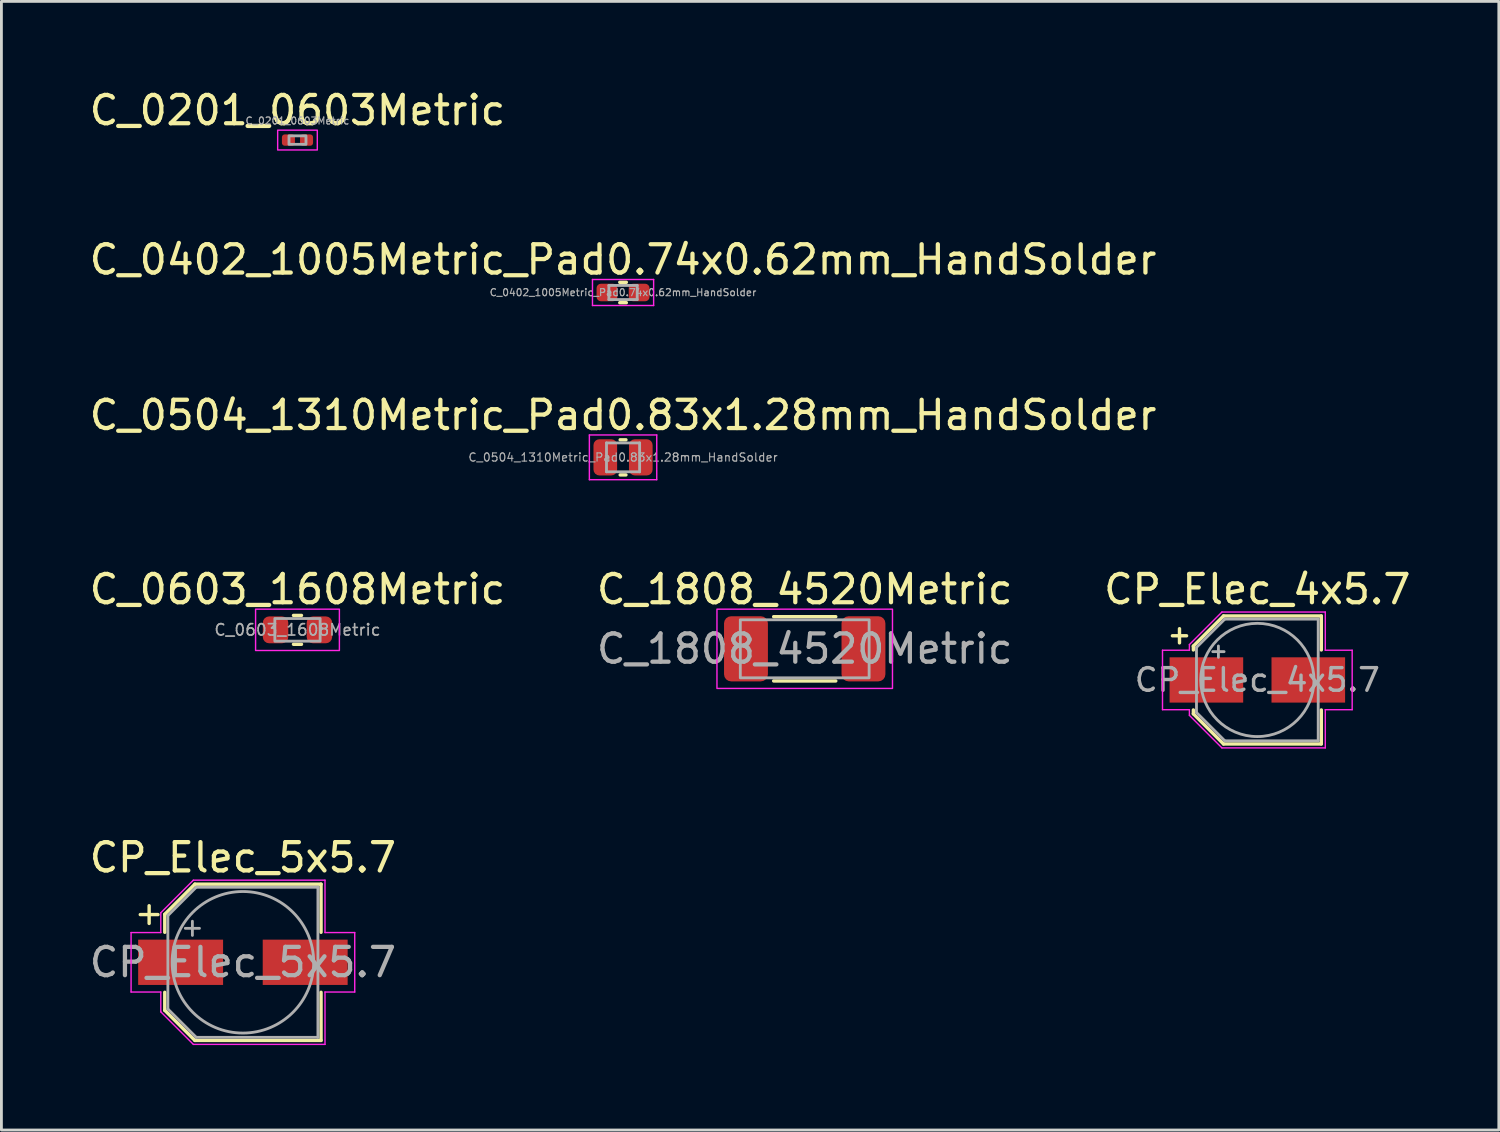
<source format=kicad_pcb>
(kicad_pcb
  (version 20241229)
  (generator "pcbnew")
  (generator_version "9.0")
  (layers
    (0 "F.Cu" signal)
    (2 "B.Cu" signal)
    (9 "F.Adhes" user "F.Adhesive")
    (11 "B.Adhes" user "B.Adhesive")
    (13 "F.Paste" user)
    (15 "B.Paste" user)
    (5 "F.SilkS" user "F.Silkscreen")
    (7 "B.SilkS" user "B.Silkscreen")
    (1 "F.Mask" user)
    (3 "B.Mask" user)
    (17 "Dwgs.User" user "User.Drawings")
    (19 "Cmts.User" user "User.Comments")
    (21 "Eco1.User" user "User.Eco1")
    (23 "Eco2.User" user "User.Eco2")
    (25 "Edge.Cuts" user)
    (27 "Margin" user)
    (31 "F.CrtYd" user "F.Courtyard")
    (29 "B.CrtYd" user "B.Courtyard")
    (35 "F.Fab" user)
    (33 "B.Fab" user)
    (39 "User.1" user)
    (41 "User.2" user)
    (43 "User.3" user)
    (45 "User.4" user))
  (footprint "C_0402_1005Metric_Pad0.74x0.62mm_HandSolder"
    (layer "F.Cu")
    (at 18.958 7.282)
    (property "Reference" "C_0402_1005Metric_Pad0.74x0.62mm_HandSolder" (at 0 -1.16 0) (layer "F.SilkS") (effects (font (size 1 1) (thickness 0.15))))
    (attr smd)
    (fp_line (start -0.116 -0.36) (end 0.116 -0.36) (stroke (width 0.12) (type solid)) (layer "F.SilkS"))
    (fp_line (start -0.116 0.36) (end 0.116 0.36) (stroke (width 0.12) (type solid)) (layer "F.SilkS"))
    (fp_line (start -1.08 -0.46) (end 1.08 -0.46) (stroke (width 0.05) (type solid)) (layer "F.CrtYd"))
    (fp_line (start -1.08 0.46) (end -1.08 -0.46) (stroke (width 0.05) (type solid)) (layer "F.CrtYd"))
    (fp_line (start 1.08 -0.46) (end 1.08 0.46) (stroke (width 0.05) (type solid)) (layer "F.CrtYd"))
    (fp_line (start 1.08 0.46) (end -1.08 0.46) (stroke (width 0.05) (type solid)) (layer "F.CrtYd"))
    (fp_line (start -0.5 -0.25) (end 0.5 -0.25) (stroke (width 0.1) (type solid)) (layer "F.Fab"))
    (fp_line (start -0.5 0.25) (end -0.5 -0.25) (stroke (width 0.1) (type solid)) (layer "F.Fab"))
    (fp_line (start 0.5 -0.25) (end 0.5 0.25) (stroke (width 0.1) (type solid)) (layer "F.Fab"))
    (fp_line (start 0.5 0.25) (end -0.5 0.25) (stroke (width 0.1) (type solid)) (layer "F.Fab"))
    (fp_text user "${REFERENCE}" (at 0 0 0) (layer "F.Fab") (effects (font (size 0.25 0.25) (thickness 0.04))))
    (pad "1" smd roundrect (at -0.568 0) (size 0.735 0.62) (layers "F.Cu" "F.Mask" "F.Paste") (roundrect_rratio 0.25))
    (pad "2" smd roundrect (at 0.568 0) (size 0.735 0.62) (layers "F.Cu" "F.Mask" "F.Paste") (roundrect_rratio 0.25)))
  (footprint "C_0504_1310Metric_Pad0.83x1.28mm_HandSolder"
    (layer "F.Cu")
    (at 18.958 13.105)
    (property "Reference" "C_0504_1310Metric_Pad0.83x1.28mm_HandSolder" (at 0 -1.49 0) (layer "F.SilkS") (effects (font (size 1 1) (thickness 0.15))))
    (attr smd)
    (fp_line (start -0.102 -0.62) (end 0.102 -0.62) (stroke (width 0.12) (type solid)) (layer "F.SilkS"))
    (fp_line (start -0.102 0.62) (end 0.102 0.62) (stroke (width 0.12) (type solid)) (layer "F.SilkS"))
    (fp_line (start -1.19 -0.79) (end 1.19 -0.79) (stroke (width 0.05) (type solid)) (layer "F.CrtYd"))
    (fp_line (start -1.19 0.79) (end -1.19 -0.79) (stroke (width 0.05) (type solid)) (layer "F.CrtYd"))
    (fp_line (start 1.19 -0.79) (end 1.19 0.79) (stroke (width 0.05) (type solid)) (layer "F.CrtYd"))
    (fp_line (start 1.19 0.79) (end -1.19 0.79) (stroke (width 0.05) (type solid)) (layer "F.CrtYd"))
    (fp_line (start -0.585 -0.51) (end 0.585 -0.51) (stroke (width 0.1) (type solid)) (layer "F.Fab"))
    (fp_line (start -0.585 0.51) (end -0.585 -0.51) (stroke (width 0.1) (type solid)) (layer "F.Fab"))
    (fp_line (start 0.585 -0.51) (end 0.585 0.51) (stroke (width 0.1) (type solid)) (layer "F.Fab"))
    (fp_line (start 0.585 0.51) (end -0.585 0.51) (stroke (width 0.1) (type solid)) (layer "F.Fab"))
    (fp_text user "${REFERENCE}" (at 0 0 0) (layer "F.Fab") (effects (font (size 0.29 0.29) (thickness 0.04))))
    (pad "1" smd roundrect (at -0.627 0) (size 0.835 1.28) (layers "F.Cu" "F.Mask" "F.Paste") (roundrect_rratio 0.25))
    (pad "2" smd roundrect (at 0.627 0) (size 0.835 1.28) (layers "F.Cu" "F.Mask" "F.Paste") (roundrect_rratio 0.25)))
  (footprint "C_0201_0603Metric"
    (layer "F.Cu")
    (at 7.458 1.898)
    (property "Reference" "C_0201_0603Metric" (at 0 -1.05 0) (layer "F.SilkS") (effects (font (size 1 1) (thickness 0.15))))
    (attr smd)
    (fp_rect (start -0.7 -0.35) (end 0.7 0.35) (stroke (width 0.05) (type solid)) (fill no) (layer "F.CrtYd"))
    (fp_rect (start -0.3 -0.15) (end 0.3 0.15) (stroke (width 0.1) (type solid)) (fill no) (layer "F.Fab"))
    (fp_text user "${REFERENCE}" (at 0 -0.68 0) (layer "F.Fab") (effects (font (size 0.25 0.25) (thickness 0.04))))
    (pad "" smd roundrect (at -0.345 0) (size 0.318 0.36) (layers "F.Paste") (roundrect_rratio 0.25))
    (pad "" smd roundrect (at 0.345 0) (size 0.318 0.36) (layers "F.Paste") (roundrect_rratio 0.25))
    (pad "1" smd roundrect (at -0.32 0) (size 0.46 0.4) (layers "F.Cu" "F.Mask") (roundrect_rratio 0.25))
    (pad "2" smd roundrect (at 0.32 0) (size 0.46 0.4) (layers "F.Cu" "F.Mask") (roundrect_rratio 0.25)))
  (footprint "CP_Elec_5x5.7"
    (layer "F.Cu")
    (at 5.53 30.941)
    (property "Reference" "CP_Elec_5x5.7" (at 0 -3.7 0) (layer "F.SilkS") (effects (font (size 1 1) (thickness 0.15))))
    (attr smd)
    (fp_line (start -3.625 -1.685) (end -3 -1.685) (stroke (width 0.12) (type solid)) (layer "F.SilkS"))
    (fp_line (start -3.312 -1.998) (end -3.312 -1.373) (stroke (width 0.12) (type solid)) (layer "F.SilkS"))
    (fp_line (start -2.76 -1.696) (end -2.76 -1.06) (stroke (width 0.12) (type solid)) (layer "F.SilkS"))
    (fp_line (start -2.76 -1.696) (end -1.696 -2.76) (stroke (width 0.12) (type solid)) (layer "F.SilkS"))
    (fp_line (start -2.76 1.696) (end -2.76 1.06) (stroke (width 0.12) (type solid)) (layer "F.SilkS"))
    (fp_line (start -2.76 1.696) (end -1.696 2.76) (stroke (width 0.12) (type solid)) (layer "F.SilkS"))
    (fp_line (start -1.696 -2.76) (end 2.76 -2.76) (stroke (width 0.12) (type solid)) (layer "F.SilkS"))
    (fp_line (start -1.696 2.76) (end 2.76 2.76) (stroke (width 0.12) (type solid)) (layer "F.SilkS"))
    (fp_line (start 2.76 -2.76) (end 2.76 -1.06) (stroke (width 0.12) (type solid)) (layer "F.SilkS"))
    (fp_line (start 2.76 2.76) (end 2.76 1.06) (stroke (width 0.12) (type solid)) (layer "F.SilkS"))
    (fp_line (start -3.95 -1.05) (end -3.95 1.05) (stroke (width 0.05) (type solid)) (layer "F.CrtYd"))
    (fp_line (start -3.95 1.05) (end -2.9 1.05) (stroke (width 0.05) (type solid)) (layer "F.CrtYd"))
    (fp_line (start -2.9 -1.75) (end -2.9 -1.05) (stroke (width 0.05) (type solid)) (layer "F.CrtYd"))
    (fp_line (start -2.9 -1.75) (end -1.75 -2.9) (stroke (width 0.05) (type solid)) (layer "F.CrtYd"))
    (fp_line (start -2.9 -1.05) (end -3.95 -1.05) (stroke (width 0.05) (type solid)) (layer "F.CrtYd"))
    (fp_line (start -2.9 1.05) (end -2.9 1.75) (stroke (width 0.05) (type solid)) (layer "F.CrtYd"))
    (fp_line (start -2.9 1.75) (end -1.75 2.9) (stroke (width 0.05) (type solid)) (layer "F.CrtYd"))
    (fp_line (start -1.75 -2.9) (end 2.9 -2.9) (stroke (width 0.05) (type solid)) (layer "F.CrtYd"))
    (fp_line (start -1.75 2.9) (end 2.9 2.9) (stroke (width 0.05) (type solid)) (layer "F.CrtYd"))
    (fp_line (start 2.9 -2.9) (end 2.9 -1.05) (stroke (width 0.05) (type solid)) (layer "F.CrtYd"))
    (fp_line (start 2.9 -1.05) (end 3.95 -1.05) (stroke (width 0.05) (type solid)) (layer "F.CrtYd"))
    (fp_line (start 2.9 1.05) (end 2.9 2.9) (stroke (width 0.05) (type solid)) (layer "F.CrtYd"))
    (fp_line (start 3.95 -1.05) (end 3.95 1.05) (stroke (width 0.05) (type solid)) (layer "F.CrtYd"))
    (fp_line (start 3.95 1.05) (end 2.9 1.05) (stroke (width 0.05) (type solid)) (layer "F.CrtYd"))
    (fp_line (start -2.65 -1.65) (end -2.65 1.65) (stroke (width 0.1) (type solid)) (layer "F.Fab"))
    (fp_line (start -2.65 -1.65) (end -1.65 -2.65) (stroke (width 0.1) (type solid)) (layer "F.Fab"))
    (fp_line (start -2.65 1.65) (end -1.65 2.65) (stroke (width 0.1) (type solid)) (layer "F.Fab"))
    (fp_line (start -2.034 -1.2) (end -1.534 -1.2) (stroke (width 0.1) (type solid)) (layer "F.Fab"))
    (fp_line (start -1.784 -1.45) (end -1.784 -0.95) (stroke (width 0.1) (type solid)) (layer "F.Fab"))
    (fp_line (start -1.65 -2.65) (end 2.65 -2.65) (stroke (width 0.1) (type solid)) (layer "F.Fab"))
    (fp_line (start -1.65 2.65) (end 2.65 2.65) (stroke (width 0.1) (type solid)) (layer "F.Fab"))
    (fp_line (start 2.65 -2.65) (end 2.65 2.65) (stroke (width 0.1) (type solid)) (layer "F.Fab"))
    (fp_circle (center 0 0) (end 2.5 0) (stroke (width 0.1) (type solid)) (fill no) (layer "F.Fab"))
    (fp_text user "${REFERENCE}" (at 0 0 0) (layer "F.Fab") (effects (font (size 1 1) (thickness 0.15))))
    (pad "1" smd rect (at -2.2 0) (size 3 1.6) (layers "F.Cu" "F.Mask" "F.Paste"))
    (pad "2" smd rect (at 2.2 0) (size 3 1.6) (layers "F.Cu" "F.Mask" "F.Paste")))
  (footprint "C_0603_1608Metric"
    (layer "F.Cu")
    (at 7.458 19.198)
    (property "Reference" "C_0603_1608Metric" (at 0 -1.43 0) (layer "F.SilkS") (effects (font (size 1 1) (thickness 0.15))))
    (attr smd)
    (fp_line (start -0.141 -0.51) (end 0.141 -0.51) (stroke (width 0.12) (type solid)) (layer "F.SilkS"))
    (fp_line (start -0.141 0.51) (end 0.141 0.51) (stroke (width 0.12) (type solid)) (layer "F.SilkS"))
    (fp_rect (start -1.48 -0.73) (end 1.48 0.73) (stroke (width 0.05) (type solid)) (fill no) (layer "F.CrtYd"))
    (fp_rect (start -0.8 -0.4) (end 0.8 0.4) (stroke (width 0.1) (type solid)) (fill no) (layer "F.Fab"))
    (fp_text user "${REFERENCE}" (at 0 0 0) (layer "F.Fab") (effects (font (size 0.4 0.4) (thickness 0.06))))
    (pad "1" smd roundrect (at -0.775 0) (size 0.9 0.95) (layers "F.Cu" "F.Mask" "F.Paste") (roundrect_rratio 0.25))
    (pad "2" smd roundrect (at 0.775 0) (size 0.9 0.95) (layers "F.Cu" "F.Mask" "F.Paste") (roundrect_rratio 0.25)))
  (footprint "C_1808_4520Metric"
    (layer "F.Cu")
    (at 25.375 19.868)
    (property "Reference" "C_1808_4520Metric" (at 0 -2.1 0) (layer "F.SilkS") (effects (font (size 1 1) (thickness 0.15))))
    (attr smd)
    (fp_line (start -1.097 -1.135) (end 1.097 -1.135) (stroke (width 0.12) (type solid)) (layer "F.SilkS"))
    (fp_line (start -1.097 1.135) (end 1.097 1.135) (stroke (width 0.12) (type solid)) (layer "F.SilkS"))
    (fp_rect (start -3.1 -1.4) (end 3.1 1.4) (stroke (width 0.05) (type solid)) (fill no) (layer "F.CrtYd"))
    (fp_rect (start -2.275 -1.025) (end 2.275 1.025) (stroke (width 0.1) (type solid)) (fill no) (layer "F.Fab"))
    (fp_text user "${REFERENCE}" (at 0 0 0) (layer "F.Fab") (effects (font (size 1 1) (thickness 0.15))))
    (pad "1" smd roundrect (at -2.075 0) (size 1.55 2.3) (layers "F.Cu" "F.Mask" "F.Paste") (roundrect_rratio 0.161))
    (pad "2" smd roundrect (at 2.075 0) (size 1.55 2.3) (layers "F.Cu" "F.Mask" "F.Paste") (roundrect_rratio 0.161)))
  (footprint "CP_Elec_4x5.7"
    (layer "F.Cu")
    (at 41.363 20.968)
    (property "Reference" "CP_Elec_4x5.7" (at 0 -3.2 0) (layer "F.SilkS") (effects (font (size 1 1) (thickness 0.15))))
    (attr smd)
    (fp_line (start -3 -1.56) (end -2.5 -1.56) (stroke (width 0.12) (type solid)) (layer "F.SilkS"))
    (fp_line (start -2.75 -1.81) (end -2.75 -1.31) (stroke (width 0.12) (type solid)) (layer "F.SilkS"))
    (fp_line (start -2.26 -1.196) (end -2.26 -1.06) (stroke (width 0.12) (type solid)) (layer "F.SilkS"))
    (fp_line (start -2.26 -1.196) (end -1.196 -2.26) (stroke (width 0.12) (type solid)) (layer "F.SilkS"))
    (fp_line (start -2.26 1.196) (end -2.26 1.06) (stroke (width 0.12) (type solid)) (layer "F.SilkS"))
    (fp_line (start -2.26 1.196) (end -1.196 2.26) (stroke (width 0.12) (type solid)) (layer "F.SilkS"))
    (fp_line (start -1.196 -2.26) (end 2.26 -2.26) (stroke (width 0.12) (type solid)) (layer "F.SilkS"))
    (fp_line (start -1.196 2.26) (end 2.26 2.26) (stroke (width 0.12) (type solid)) (layer "F.SilkS"))
    (fp_line (start 2.26 -2.26) (end 2.26 -1.06) (stroke (width 0.12) (type solid)) (layer "F.SilkS"))
    (fp_line (start 2.26 2.26) (end 2.26 1.06) (stroke (width 0.12) (type solid)) (layer "F.SilkS"))
    (fp_line (start -3.35 -1.05) (end -3.35 1.05) (stroke (width 0.05) (type solid)) (layer "F.CrtYd"))
    (fp_line (start -3.35 1.05) (end -2.4 1.05) (stroke (width 0.05) (type solid)) (layer "F.CrtYd"))
    (fp_line (start -2.4 -1.25) (end -2.4 -1.05) (stroke (width 0.05) (type solid)) (layer "F.CrtYd"))
    (fp_line (start -2.4 -1.25) (end -1.25 -2.4) (stroke (width 0.05) (type solid)) (layer "F.CrtYd"))
    (fp_line (start -2.4 -1.05) (end -3.35 -1.05) (stroke (width 0.05) (type solid)) (layer "F.CrtYd"))
    (fp_line (start -2.4 1.05) (end -2.4 1.25) (stroke (width 0.05) (type solid)) (layer "F.CrtYd"))
    (fp_line (start -2.4 1.25) (end -1.25 2.4) (stroke (width 0.05) (type solid)) (layer "F.CrtYd"))
    (fp_line (start -1.25 -2.4) (end 2.4 -2.4) (stroke (width 0.05) (type solid)) (layer "F.CrtYd"))
    (fp_line (start -1.25 2.4) (end 2.4 2.4) (stroke (width 0.05) (type solid)) (layer "F.CrtYd"))
    (fp_line (start 2.4 -2.4) (end 2.4 -1.05) (stroke (width 0.05) (type solid)) (layer "F.CrtYd"))
    (fp_line (start 2.4 -1.05) (end 3.35 -1.05) (stroke (width 0.05) (type solid)) (layer "F.CrtYd"))
    (fp_line (start 2.4 1.05) (end 2.4 2.4) (stroke (width 0.05) (type solid)) (layer "F.CrtYd"))
    (fp_line (start 3.35 -1.05) (end 3.35 1.05) (stroke (width 0.05) (type solid)) (layer "F.CrtYd"))
    (fp_line (start 3.35 1.05) (end 2.4 1.05) (stroke (width 0.05) (type solid)) (layer "F.CrtYd"))
    (fp_line (start -2.15 -1.15) (end -2.15 1.15) (stroke (width 0.1) (type solid)) (layer "F.Fab"))
    (fp_line (start -2.15 -1.15) (end -1.15 -2.15) (stroke (width 0.1) (type solid)) (layer "F.Fab"))
    (fp_line (start -2.15 1.15) (end -1.15 2.15) (stroke (width 0.1) (type solid)) (layer "F.Fab"))
    (fp_line (start -1.575 -1) (end -1.175 -1) (stroke (width 0.1) (type solid)) (layer "F.Fab"))
    (fp_line (start -1.375 -1.2) (end -1.375 -0.8) (stroke (width 0.1) (type solid)) (layer "F.Fab"))
    (fp_line (start -1.15 -2.15) (end 2.15 -2.15) (stroke (width 0.1) (type solid)) (layer "F.Fab"))
    (fp_line (start -1.15 2.15) (end 2.15 2.15) (stroke (width 0.1) (type solid)) (layer "F.Fab"))
    (fp_line (start 2.15 -2.15) (end 2.15 2.15) (stroke (width 0.1) (type solid)) (layer "F.Fab"))
    (fp_circle (center 0 0) (end 2 0) (stroke (width 0.1) (type solid)) (fill no) (layer "F.Fab"))
    (fp_text user "${REFERENCE}" (at 0 0 0) (layer "F.Fab") (effects (font (size 0.8 0.8) (thickness 0.12))))
    (pad "1" smd rect (at -1.8 0) (size 2.6 1.6) (layers "F.Cu" "F.Mask" "F.Paste"))
    (pad "2" smd rect (at 1.8 0) (size 2.6 1.6) (layers "F.Cu" "F.Mask" "F.Paste")))
  (gr_rect
    (start -3 -3)
    (end 49.893 36.866)
    (stroke (width 0.1) (type default))
    (fill no)
    (layer "Edge.Cuts")))
</source>
